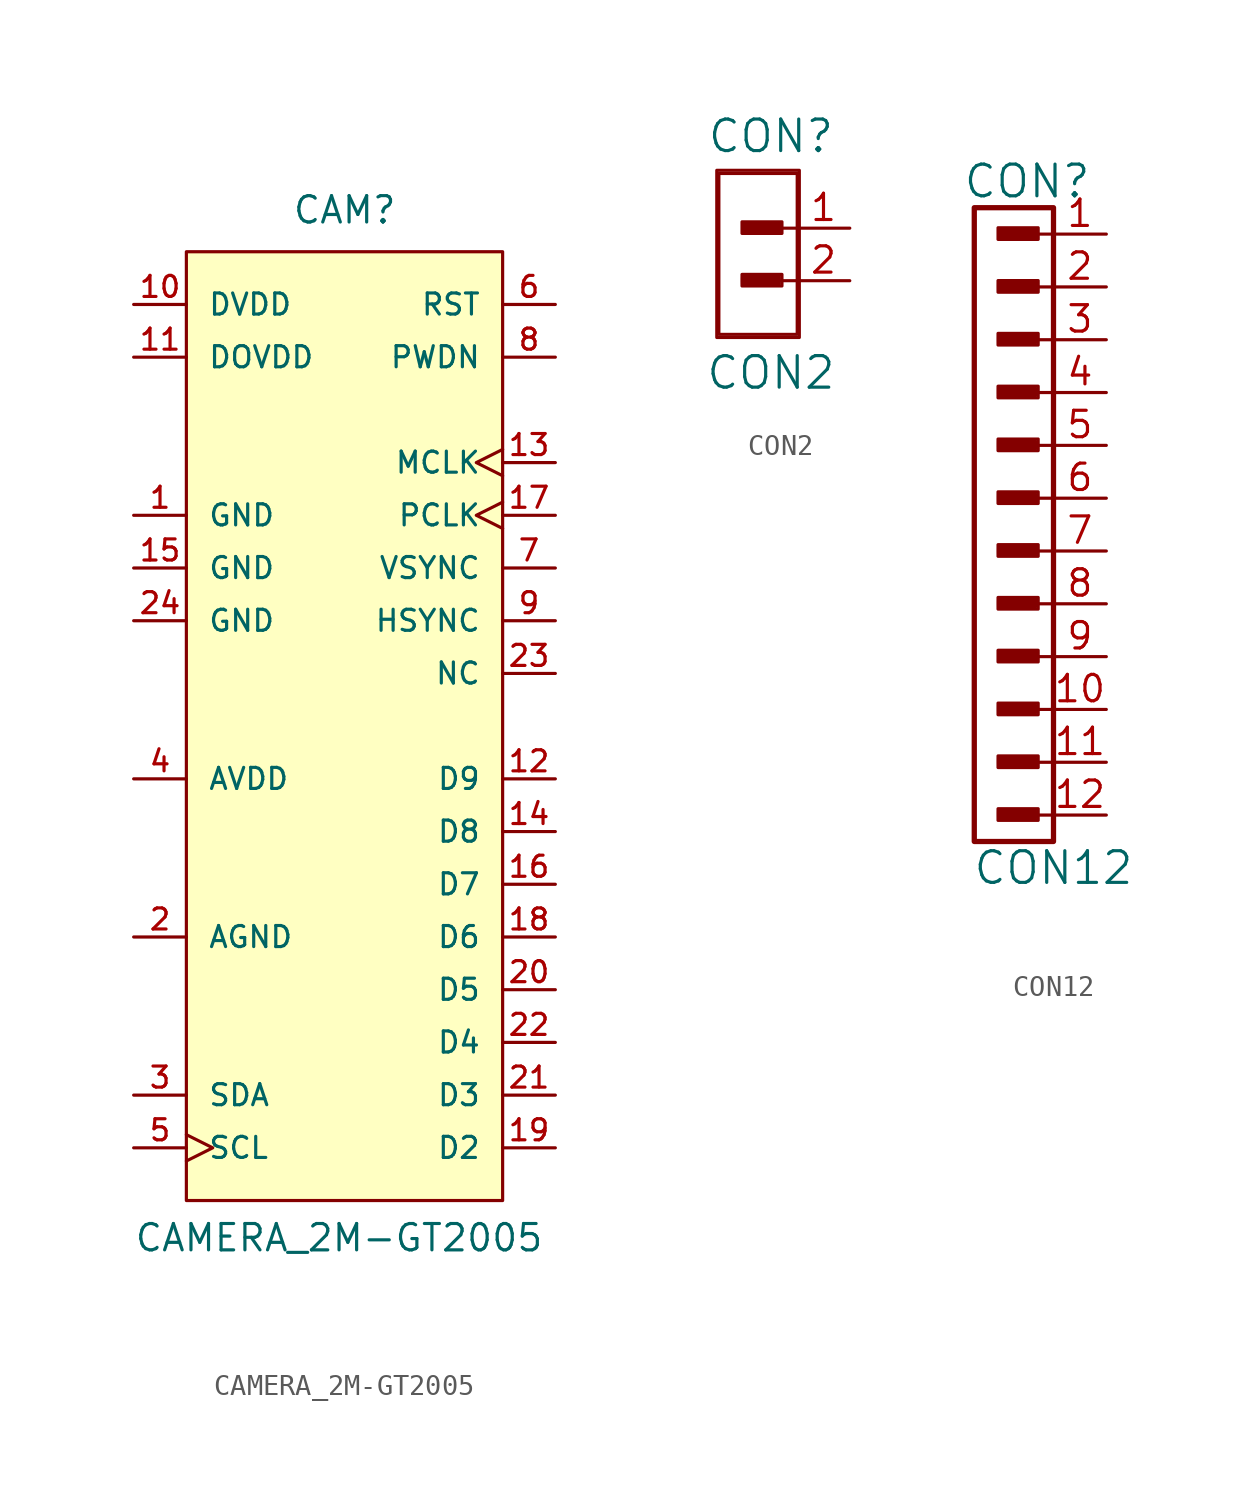
<source format=kicad_sym>
(kicad_symbol_lib
  (version 20220914)
  (generator kicad_symbol_editor)
  (symbol "CAMERA_2M-GT2005"
    (pin_names
      (offset 1.016))
    (property "Reference" "CAM"
      (at -2.54 24.13 0)
      (effects (font (size 1.27 1.27)) (justify left bottom)))
    (property "Value" "CAMERA_2M-GT2005"
      (at -10.16 -25.4 0)
      (effects (font (size 1.27 1.27)) (justify left bottom)))
    (symbol "CAMERA_2M-GT2005_1_0"
      (rectangle (start -7.62 22.86) (end 7.62 -22.86) (stroke (width 0) (type solid)) (fill (type background))))
    (symbol "CAMERA_2M-GT2005_1_1"
      (pin power_in line (at -10.16 10.16 0) (length 2.54) (name "GND" (effects (font (size 1.016 1.016)))) (number "1" (effects (font (size 1.016 1.016)))))
      (pin power_in line (at -10.16 20.32 0) (length 2.54) (name "DVDD" (effects (font (size 1.016 1.016)))) (number "10" (effects (font (size 1.016 1.016)))))
      (pin power_in line (at -10.16 17.78 0) (length 2.54) (name "DOVDD" (effects (font (size 1.016 1.016)))) (number "11" (effects (font (size 1.016 1.016)))))
      (pin output line (at 10.16 -2.54 180) (length 2.54) (name "D9" (effects (font (size 1.016 1.016)))) (number "12" (effects (font (size 1.016 1.016)))))
      (pin input clock (at 10.16 12.7 180) (length 2.54) (name "MCLK" (effects (font (size 1.016 1.016)))) (number "13" (effects (font (size 1.016 1.016)))))
      (pin output line (at 10.16 -5.08 180) (length 2.54) (name "D8" (effects (font (size 1.016 1.016)))) (number "14" (effects (font (size 1.016 1.016)))))
      (pin power_in line (at -10.16 7.62 0) (length 2.54) (name "GND" (effects (font (size 1.016 1.016)))) (number "15" (effects (font (size 1.016 1.016)))))
      (pin output line (at 10.16 -7.62 180) (length 2.54) (name "D7" (effects (font (size 1.016 1.016)))) (number "16" (effects (font (size 1.016 1.016)))))
      (pin input clock (at 10.16 10.16 180) (length 2.54) (name "PCLK" (effects (font (size 1.016 1.016)))) (number "17" (effects (font (size 1.016 1.016)))))
      (pin output line (at 10.16 -10.16 180) (length 2.54) (name "D6" (effects (font (size 1.016 1.016)))) (number "18" (effects (font (size 1.016 1.016)))))
      (pin output line (at 10.16 -20.32 180) (length 2.54) (name "D2" (effects (font (size 1.016 1.016)))) (number "19" (effects (font (size 1.016 1.016)))))
      (pin power_in line (at -10.16 -10.16 0) (length 2.54) (name "AGND" (effects (font (size 1.016 1.016)))) (number "2" (effects (font (size 1.016 1.016)))))
      (pin output line (at 10.16 -12.7 180) (length 2.54) (name "D5" (effects (font (size 1.016 1.016)))) (number "20" (effects (font (size 1.016 1.016)))))
      (pin output line (at 10.16 -17.78 180) (length 2.54) (name "D3" (effects (font (size 1.016 1.016)))) (number "21" (effects (font (size 1.016 1.016)))))
      (pin output line (at 10.16 -15.24 180) (length 2.54) (name "D4" (effects (font (size 1.016 1.016)))) (number "22" (effects (font (size 1.016 1.016)))))
      (pin input line (at 10.16 2.54 180) (length 2.54) (name "NC" (effects (font (size 1.016 1.016)))) (number "23" (effects (font (size 1.016 1.016)))))
      (pin power_in line (at -10.16 5.08 0) (length 2.54) (name "GND" (effects (font (size 1.016 1.016)))) (number "24" (effects (font (size 1.016 1.016)))))
      (pin bidirectional line (at -10.16 -17.78 0) (length 2.54) (name "SDA" (effects (font (size 1.016 1.016)))) (number "3" (effects (font (size 1.016 1.016)))))
      (pin power_in line (at -10.16 -2.54 0) (length 2.54) (name "AVDD" (effects (font (size 1.016 1.016)))) (number "4" (effects (font (size 1.016 1.016)))))
      (pin input clock (at -10.16 -20.32 0) (length 2.54) (name "SCL" (effects (font (size 1.016 1.016)))) (number "5" (effects (font (size 1.016 1.016)))))
      (pin input line (at 10.16 20.32 180) (length 2.54) (name "RST" (effects (font (size 1.016 1.016)))) (number "6" (effects (font (size 1.016 1.016)))))
      (pin input line (at 10.16 7.62 180) (length 2.54) (name "VSYNC" (effects (font (size 1.016 1.016)))) (number "7" (effects (font (size 1.016 1.016)))))
      (pin input line (at 10.16 17.78 180) (length 2.54) (name "PWDN" (effects (font (size 1.016 1.016)))) (number "8" (effects (font (size 1.016 1.016)))))
      (pin input line (at 10.16 5.08 180) (length 2.54) (name "HSYNC" (effects (font (size 1.016 1.016)))) (number "9" (effects (font (size 1.016 1.016)))))))
  (symbol "CON2"
    (pin_names
      (offset 1.016))
    (property "Reference" "CON"
      (at -1.27 4.445 0)
      (effects (font (size 1.524 1.524))))
    (property "Value" "CON2"
      (at -1.27 -6.985 0)
      (effects (font (size 1.524 1.524))))
    (property "Footprint" ""
      (at -1.905 -1.27 0)
      (effects (font (size 1.524 1.524))))
    (property "Datasheet" ""
      (at -1.905 -1.27 0)
      (effects (font (size 1.524 1.524))))
    (symbol "CON2_0_0"
      (rectangle (start -2.642 -2.692) (end -0.864 -2.337) (stroke (width 0) (type solid)) (fill (type none)))
      (rectangle (start -2.616 -2.591) (end -0.965 -2.489) (stroke (width 0) (type solid)) (fill (type none)))
      (rectangle (start -2.616 -0.152) (end -0.838 0.203) (stroke (width 0) (type solid)) (fill (type none)))
      (rectangle (start -2.591 -0.025) (end -0.94 0.076) (stroke (width 0) (type solid)) (fill (type none)))
      (rectangle (start -0.965 -2.413) (end -2.642 -2.616) (stroke (width 0) (type solid)) (fill (type none)))
      (rectangle (start -0.864 0.102) (end -2.54 -0.102) (stroke (width 0) (type solid)) (fill (type none)))
      (rectangle (start -0.737 -2.235) (end -2.667 -2.794) (stroke (width 0) (type solid)) (fill (type none)))
      (rectangle (start -0.737 0.305) (end -2.667 -0.254) (stroke (width 0) (type solid)) (fill (type none)))
      (polyline (pts (xy 0 -2.54) (xy -0.762 -2.54)) (stroke (width 0) (type solid)) (fill (type none)))
      (polyline (pts (xy 0 0) (xy -0.762 0)) (stroke (width 0) (type solid)) (fill (type none)))
      (rectangle (start 0 2.642) (end -3.785 -5.131) (stroke (width 0) (type solid)) (fill (type none)))
      (rectangle (start 0.102 2.794) (end -3.886 -5.283) (stroke (width 0) (type solid)) (fill (type none))))
    (symbol "CON2_1_1"
      (pin passive line (at 2.54 0 180) (length 2.54) (name "~" (effects (font (size 1.27 1.27)))) (number "1" (effects (font (size 1.27 1.27)))))
      (pin passive line (at 2.54 -2.54 180) (length 2.54) (name "~" (effects (font (size 1.27 1.27)))) (number "2" (effects (font (size 1.27 1.27)))))))
  (symbol "CON12"
    (pin_names
      (offset 1.016))
    (property "Reference" "CON"
      (at -1.27 15.24 0)
      (effects (font (size 1.524 1.524))))
    (property "Value" "CON12"
      (at 0 -17.78 0)
      (effects (font (size 1.524 1.524))))
    (property "Footprint" ""
      (at -1.905 11.43 0)
      (effects (font (size 1.524 1.524))))
    (property "Datasheet" ""
      (at -1.905 11.43 0)
      (effects (font (size 1.524 1.524))))
    (symbol "CON12_0_0"
      (rectangle (start -2.642 -15.392) (end -0.864 -15.037) (stroke (width 0) (type solid)) (fill (type none)))
      (rectangle (start -2.642 -12.852) (end -0.864 -12.497) (stroke (width 0) (type solid)) (fill (type none)))
      (rectangle (start -2.642 -10.312) (end -0.864 -9.957) (stroke (width 0) (type solid)) (fill (type none)))
      (rectangle (start -2.642 -5.232) (end -0.864 -4.877) (stroke (width 0) (type solid)) (fill (type none)))
      (rectangle (start -2.642 -2.692) (end -0.864 -2.337) (stroke (width 0) (type solid)) (fill (type none)))
      (rectangle (start -2.642 -0.152) (end -0.864 0.203) (stroke (width 0) (type solid)) (fill (type none)))
      (rectangle (start -2.642 2.388) (end -0.864 2.743) (stroke (width 0) (type solid)) (fill (type none)))
      (rectangle (start -2.642 4.928) (end -0.864 5.283) (stroke (width 0) (type solid)) (fill (type none)))
      (rectangle (start -2.642 7.468) (end -0.864 7.823) (stroke (width 0) (type solid)) (fill (type none)))
      (rectangle (start -2.642 10.008) (end -0.864 10.363) (stroke (width 0) (type solid)) (fill (type none)))
      (rectangle (start -2.616 -15.291) (end -0.965 -15.189) (stroke (width 0) (type solid)) (fill (type none)))
      (rectangle (start -2.616 -12.751) (end -0.965 -12.649) (stroke (width 0) (type solid)) (fill (type none)))
      (rectangle (start -2.616 -10.211) (end -0.965 -10.109) (stroke (width 0) (type solid)) (fill (type none)))
      (rectangle (start -2.616 -7.772) (end -0.838 -7.417) (stroke (width 0) (type solid)) (fill (type none)))
      (rectangle (start -2.616 -5.131) (end -0.965 -5.029) (stroke (width 0) (type solid)) (fill (type none)))
      (rectangle (start -2.616 -2.591) (end -0.965 -2.489) (stroke (width 0) (type solid)) (fill (type none)))
      (rectangle (start -2.616 -0.051) (end -0.965 0.051) (stroke (width 0) (type solid)) (fill (type none)))
      (rectangle (start -2.616 2.489) (end -0.965 2.591) (stroke (width 0) (type solid)) (fill (type none)))
      (rectangle (start -2.616 5.029) (end -0.965 5.131) (stroke (width 0) (type solid)) (fill (type none)))
      (rectangle (start -2.616 7.569) (end -0.965 7.671) (stroke (width 0) (type solid)) (fill (type none)))
      (rectangle (start -2.616 10.109) (end -0.965 10.211) (stroke (width 0) (type solid)) (fill (type none)))
      (rectangle (start -2.616 12.548) (end -0.838 12.903) (stroke (width 0) (type solid)) (fill (type none)))
      (rectangle (start -2.591 -7.645) (end -0.94 -7.544) (stroke (width 0) (type solid)) (fill (type none)))
      (rectangle (start -2.591 12.675) (end -0.94 12.776) (stroke (width 0) (type solid)) (fill (type none)))
      (rectangle (start -0.965 -15.113) (end -2.642 -15.316) (stroke (width 0) (type solid)) (fill (type none)))
      (rectangle (start -0.965 -12.573) (end -2.642 -12.776) (stroke (width 0) (type solid)) (fill (type none)))
      (rectangle (start -0.965 -10.033) (end -2.642 -10.236) (stroke (width 0) (type solid)) (fill (type none)))
      (rectangle (start -0.965 -4.953) (end -2.642 -5.156) (stroke (width 0) (type solid)) (fill (type none)))
      (rectangle (start -0.965 -2.413) (end -2.642 -2.616) (stroke (width 0) (type solid)) (fill (type none)))
      (rectangle (start -0.965 0.127) (end -2.642 -0.076) (stroke (width 0) (type solid)) (fill (type none)))
      (rectangle (start -0.965 2.667) (end -2.642 2.464) (stroke (width 0) (type solid)) (fill (type none)))
      (rectangle (start -0.965 5.207) (end -2.642 5.004) (stroke (width 0) (type solid)) (fill (type none)))
      (rectangle (start -0.965 7.747) (end -2.642 7.544) (stroke (width 0) (type solid)) (fill (type none)))
      (rectangle (start -0.965 10.287) (end -2.642 10.084) (stroke (width 0) (type solid)) (fill (type none)))
      (rectangle (start -0.864 -7.518) (end -2.54 -7.722) (stroke (width 0) (type solid)) (fill (type none)))
      (rectangle (start -0.864 12.802) (end -2.54 12.598) (stroke (width 0) (type solid)) (fill (type none)))
      (rectangle (start -0.737 -14.935) (end -2.667 -15.494) (stroke (width 0) (type solid)) (fill (type none)))
      (rectangle (start -0.737 -12.395) (end -2.667 -12.954) (stroke (width 0) (type solid)) (fill (type none)))
      (rectangle (start -0.737 -9.855) (end -2.667 -10.414) (stroke (width 0) (type solid)) (fill (type none)))
      (rectangle (start -0.737 -7.315) (end -2.667 -7.874) (stroke (width 0) (type solid)) (fill (type none)))
      (rectangle (start -0.737 -4.775) (end -2.667 -5.334) (stroke (width 0) (type solid)) (fill (type none)))
      (rectangle (start -0.737 -2.235) (end -2.667 -2.794) (stroke (width 0) (type solid)) (fill (type none)))
      (rectangle (start -0.737 0.305) (end -2.667 -0.254) (stroke (width 0) (type solid)) (fill (type none)))
      (rectangle (start -0.737 2.845) (end -2.667 2.286) (stroke (width 0) (type solid)) (fill (type none)))
      (rectangle (start -0.737 5.385) (end -2.667 4.826) (stroke (width 0) (type solid)) (fill (type none)))
      (rectangle (start -0.737 7.925) (end -2.667 7.366) (stroke (width 0) (type solid)) (fill (type none)))
      (rectangle (start -0.737 10.465) (end -2.667 9.906) (stroke (width 0) (type solid)) (fill (type none)))
      (rectangle (start -0.737 13.005) (end -2.667 12.446) (stroke (width 0) (type solid)) (fill (type none)))
      (polyline (pts (xy 0 -15.24) (xy -0.762 -15.24)) (stroke (width 0) (type solid)) (fill (type none)))
      (polyline (pts (xy 0 -12.7) (xy -0.762 -12.7)) (stroke (width 0) (type solid)) (fill (type none)))
      (polyline (pts (xy 0 -10.16) (xy -0.762 -10.16)) (stroke (width 0) (type solid)) (fill (type none)))
      (polyline (pts (xy 0 -7.62) (xy -0.762 -7.62)) (stroke (width 0) (type solid)) (fill (type none)))
      (polyline (pts (xy 0 -5.08) (xy -0.762 -5.08)) (stroke (width 0) (type solid)) (fill (type none)))
      (polyline (pts (xy 0 -2.54) (xy -0.762 -2.54)) (stroke (width 0) (type solid)) (fill (type none)))
      (polyline (pts (xy 0 0) (xy -0.762 0)) (stroke (width 0) (type solid)) (fill (type none)))
      (polyline (pts (xy 0 2.54) (xy -0.762 2.54)) (stroke (width 0) (type solid)) (fill (type none)))
      (polyline (pts (xy 0 5.08) (xy -0.762 5.08)) (stroke (width 0) (type solid)) (fill (type none)))
      (polyline (pts (xy 0 7.62) (xy -0.762 7.62)) (stroke (width 0) (type solid)) (fill (type none)))
      (polyline (pts (xy 0 10.16) (xy -0.762 10.16)) (stroke (width 0) (type solid)) (fill (type none)))
      (polyline (pts (xy 0 12.7) (xy -0.762 12.7)) (stroke (width 0) (type solid)) (fill (type none))))
    (symbol "CON12_0_1"
      (rectangle (start 0 13.97) (end -3.81 -16.51) (stroke (width 0.254) (type solid)) (fill (type none))))
    (symbol "CON12_1_1"
      (pin passive line (at 2.54 12.7 180) (length 2.54) (name "~" (effects (font (size 1.27 1.27)))) (number "1" (effects (font (size 1.27 1.27)))))
      (pin passive line (at 2.54 -10.16 180) (length 2.54) (name "~" (effects (font (size 1.27 1.27)))) (number "10" (effects (font (size 1.27 1.27)))))
      (pin passive line (at 2.54 -12.7 180) (length 2.54) (name "~" (effects (font (size 1.27 1.27)))) (number "11" (effects (font (size 1.27 1.27)))))
      (pin passive line (at 2.54 -15.24 180) (length 2.54) (name "~" (effects (font (size 1.27 1.27)))) (number "12" (effects (font (size 1.27 1.27)))))
      (pin passive line (at 2.54 10.16 180) (length 2.54) (name "~" (effects (font (size 1.27 1.27)))) (number "2" (effects (font (size 1.27 1.27)))))
      (pin passive line (at 2.54 7.62 180) (length 2.54) (name "~" (effects (font (size 1.27 1.27)))) (number "3" (effects (font (size 1.27 1.27)))))
      (pin passive line (at 2.54 5.08 180) (length 2.54) (name "~" (effects (font (size 1.27 1.27)))) (number "4" (effects (font (size 1.27 1.27)))))
      (pin passive line (at 2.54 2.54 180) (length 2.54) (name "~" (effects (font (size 1.27 1.27)))) (number "5" (effects (font (size 1.27 1.27)))))
      (pin passive line (at 2.54 0 180) (length 2.54) (name "~" (effects (font (size 1.27 1.27)))) (number "6" (effects (font (size 1.27 1.27)))))
      (pin passive line (at 2.54 -2.54 180) (length 2.54) (name "~" (effects (font (size 1.27 1.27)))) (number "7" (effects (font (size 1.27 1.27)))))
      (pin passive line (at 2.54 -5.08 180) (length 2.54) (name "~" (effects (font (size 1.27 1.27)))) (number "8" (effects (font (size 1.27 1.27)))))
      (pin passive line (at 2.54 -7.62 180) (length 2.54) (name "~" (effects (font (size 1.27 1.27)))) (number "9" (effects (font (size 1.27 1.27))))))))
</source>
